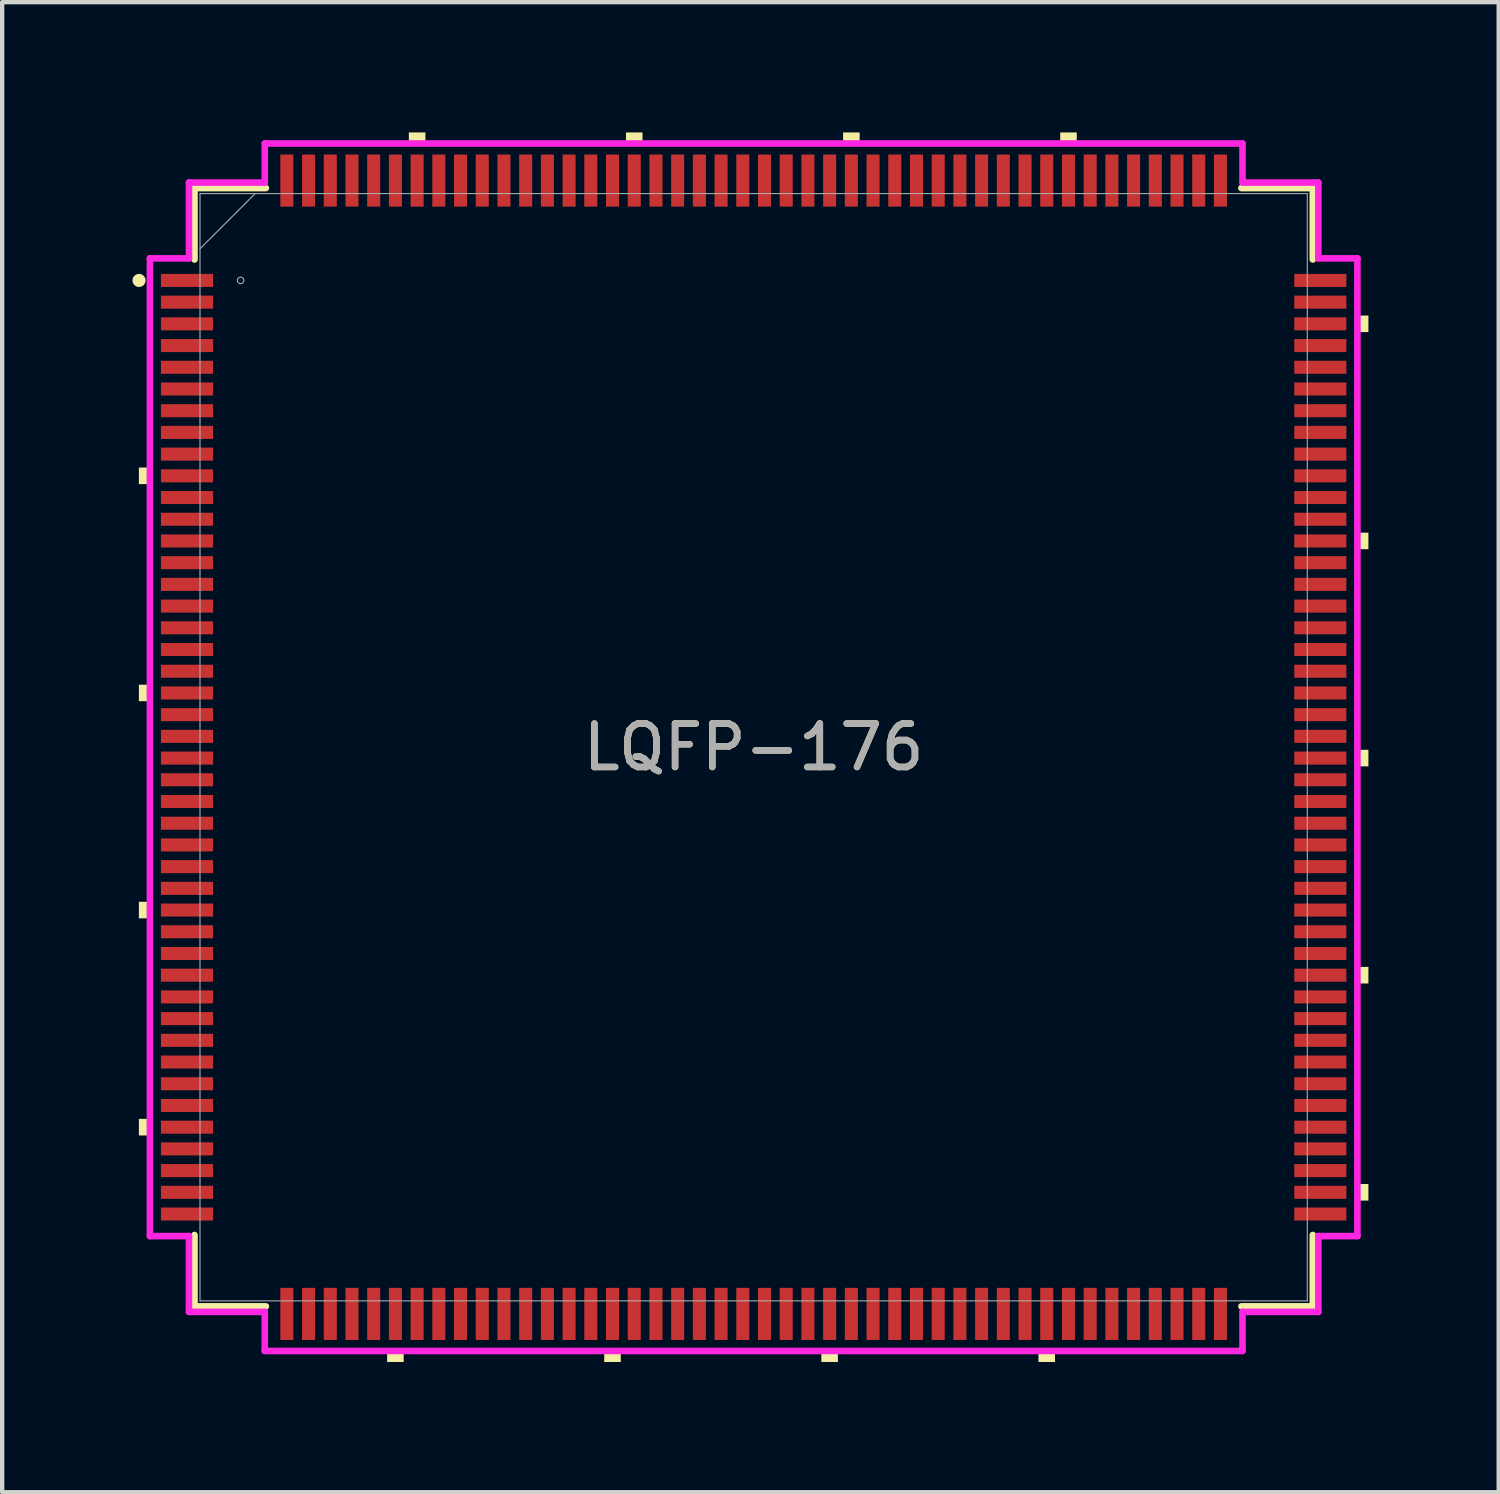
<source format=kicad_pcb>
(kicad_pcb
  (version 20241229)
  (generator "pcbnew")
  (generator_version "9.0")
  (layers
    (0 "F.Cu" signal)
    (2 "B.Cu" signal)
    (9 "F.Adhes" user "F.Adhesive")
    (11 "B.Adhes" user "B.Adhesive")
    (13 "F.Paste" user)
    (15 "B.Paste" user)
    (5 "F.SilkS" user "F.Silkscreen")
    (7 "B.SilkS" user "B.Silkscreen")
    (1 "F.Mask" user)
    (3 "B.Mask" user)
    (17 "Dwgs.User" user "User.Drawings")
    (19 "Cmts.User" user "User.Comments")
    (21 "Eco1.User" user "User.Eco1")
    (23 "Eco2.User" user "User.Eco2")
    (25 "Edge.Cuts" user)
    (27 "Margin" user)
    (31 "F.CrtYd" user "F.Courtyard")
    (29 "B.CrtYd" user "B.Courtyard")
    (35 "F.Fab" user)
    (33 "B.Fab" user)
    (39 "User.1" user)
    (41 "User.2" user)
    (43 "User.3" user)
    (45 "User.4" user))
  (footprint "LQFP-176"
    (layer "F.Cu")
    (at 14.306 14.158)
    (property "Reference" "LQFP-176" (at 0 0 0) (unlocked yes) (layer "F.SilkS") (effects (font (size 1 1) (thickness 0.15))))
    (attr smd)
    (fp_line (start -12.877 -12.877) (end -12.877 -11.233) (stroke (width 0.152) (type solid)) (layer "F.SilkS"))
    (fp_line (start -12.877 11.233) (end -12.877 12.877) (stroke (width 0.152) (type solid)) (layer "F.SilkS"))
    (fp_line (start -12.877 12.877) (end -11.233 12.877) (stroke (width 0.152) (type solid)) (layer "F.SilkS"))
    (fp_line (start -11.233 -12.877) (end -12.877 -12.877) (stroke (width 0.152) (type solid)) (layer "F.SilkS"))
    (fp_line (start 11.233 12.877) (end 12.877 12.877) (stroke (width 0.152) (type solid)) (layer "F.SilkS"))
    (fp_line (start 12.877 -12.877) (end 11.233 -12.877) (stroke (width 0.152) (type solid)) (layer "F.SilkS"))
    (fp_line (start 12.877 -11.233) (end 12.877 -12.877) (stroke (width 0.152) (type solid)) (layer "F.SilkS"))
    (fp_line (start 12.877 12.877) (end 12.877 11.233) (stroke (width 0.152) (type solid)) (layer "F.SilkS"))
    (fp_circle (center -14.154 -10.75) (end -14.078 -10.75) (stroke (width 0.152) (type solid)) (fill no) (layer "F.SilkS"))
    (fp_poly (pts (xy -14.158 -6.441) (xy -14.158 -6.059) (xy -13.904 -6.059) (xy -13.904 -6.441)) (stroke (width 0) (type solid)) (fill yes) (layer "F.SilkS"))
    (fp_poly (pts (xy -14.158 -1.44) (xy -14.158 -1.06) (xy -13.904 -1.06) (xy -13.904 -1.44)) (stroke (width 0) (type solid)) (fill yes) (layer "F.SilkS"))
    (fp_poly (pts (xy -14.158 3.559) (xy -14.158 3.941) (xy -13.904 3.941) (xy -13.904 3.559)) (stroke (width 0) (type solid)) (fill yes) (layer "F.SilkS"))
    (fp_poly (pts (xy -14.158 8.559) (xy -14.158 8.941) (xy -13.904 8.941) (xy -13.904 8.559)) (stroke (width 0) (type solid)) (fill yes) (layer "F.SilkS"))
    (fp_poly (pts (xy -8.441 13.904) (xy -8.441 14.158) (xy -8.06 14.158) (xy -8.06 13.904)) (stroke (width 0) (type solid)) (fill yes) (layer "F.SilkS"))
    (fp_poly (pts (xy -7.941 -13.904) (xy -7.941 -14.158) (xy -7.559 -14.158) (xy -7.559 -13.904)) (stroke (width 0) (type solid)) (fill yes) (layer "F.SilkS"))
    (fp_poly (pts (xy -3.441 13.904) (xy -3.441 14.158) (xy -3.06 14.158) (xy -3.06 13.904)) (stroke (width 0) (type solid)) (fill yes) (layer "F.SilkS"))
    (fp_poly (pts (xy -2.941 -13.904) (xy -2.941 -14.158) (xy -2.559 -14.158) (xy -2.559 -13.904)) (stroke (width 0) (type solid)) (fill yes) (layer "F.SilkS"))
    (fp_poly (pts (xy 1.559 13.904) (xy 1.559 14.158) (xy 1.94 14.158) (xy 1.94 13.904)) (stroke (width 0) (type solid)) (fill yes) (layer "F.SilkS"))
    (fp_poly (pts (xy 2.06 -13.904) (xy 2.06 -14.158) (xy 2.441 -14.158) (xy 2.441 -13.904)) (stroke (width 0) (type solid)) (fill yes) (layer "F.SilkS"))
    (fp_poly (pts (xy 6.559 13.904) (xy 6.559 14.158) (xy 6.94 14.158) (xy 6.94 13.904)) (stroke (width 0) (type solid)) (fill yes) (layer "F.SilkS"))
    (fp_poly (pts (xy 7.06 -13.904) (xy 7.06 -14.158) (xy 7.441 -14.158) (xy 7.441 -13.904)) (stroke (width 0) (type solid)) (fill yes) (layer "F.SilkS"))
    (fp_poly (pts (xy 14.158 -9.941) (xy 14.158 -9.56) (xy 13.904 -9.56) (xy 13.904 -9.941)) (stroke (width 0) (type solid)) (fill yes) (layer "F.SilkS"))
    (fp_poly (pts (xy 14.158 -4.941) (xy 14.158 -4.56) (xy 13.904 -4.56) (xy 13.904 -4.941)) (stroke (width 0) (type solid)) (fill yes) (layer "F.SilkS"))
    (fp_poly (pts (xy 14.158 0.059) (xy 14.158 0.441) (xy 13.904 0.441) (xy 13.904 0.059)) (stroke (width 0) (type solid)) (fill yes) (layer "F.SilkS"))
    (fp_poly (pts (xy 14.158 5.059) (xy 14.158 5.441) (xy 13.904 5.441) (xy 13.904 5.059)) (stroke (width 0) (type solid)) (fill yes) (layer "F.SilkS"))
    (fp_poly (pts (xy 14.158 10.059) (xy 14.158 10.441) (xy 13.904 10.441) (xy 13.904 10.059)) (stroke (width 0) (type solid)) (fill yes) (layer "F.SilkS"))
    (fp_line (start -13.904 -11.258) (end -13.004 -11.258) (stroke (width 0.152) (type solid)) (layer "F.CrtYd"))
    (fp_line (start -13.904 11.258) (end -13.904 -11.258) (stroke (width 0.152) (type solid)) (layer "F.CrtYd"))
    (fp_line (start -13.004 -13.004) (end -11.258 -13.004) (stroke (width 0.152) (type solid)) (layer "F.CrtYd"))
    (fp_line (start -13.004 -11.258) (end -13.004 -13.004) (stroke (width 0.152) (type solid)) (layer "F.CrtYd"))
    (fp_line (start -13.004 11.258) (end -13.904 11.258) (stroke (width 0.152) (type solid)) (layer "F.CrtYd"))
    (fp_line (start -13.004 13.004) (end -13.004 11.258) (stroke (width 0.152) (type solid)) (layer "F.CrtYd"))
    (fp_line (start -11.258 -13.904) (end 11.258 -13.904) (stroke (width 0.152) (type solid)) (layer "F.CrtYd"))
    (fp_line (start -11.258 -13.004) (end -11.258 -13.904) (stroke (width 0.152) (type solid)) (layer "F.CrtYd"))
    (fp_line (start -11.258 13.004) (end -13.004 13.004) (stroke (width 0.152) (type solid)) (layer "F.CrtYd"))
    (fp_line (start -11.258 13.904) (end -11.258 13.004) (stroke (width 0.152) (type solid)) (layer "F.CrtYd"))
    (fp_line (start 11.258 -13.904) (end 11.258 -13.004) (stroke (width 0.152) (type solid)) (layer "F.CrtYd"))
    (fp_line (start 11.258 -13.004) (end 13.004 -13.004) (stroke (width 0.152) (type solid)) (layer "F.CrtYd"))
    (fp_line (start 11.258 13.004) (end 11.258 13.904) (stroke (width 0.152) (type solid)) (layer "F.CrtYd"))
    (fp_line (start 11.258 13.904) (end -11.258 13.904) (stroke (width 0.152) (type solid)) (layer "F.CrtYd"))
    (fp_line (start 13.004 -13.004) (end 13.004 -11.258) (stroke (width 0.152) (type solid)) (layer "F.CrtYd"))
    (fp_line (start 13.004 -11.258) (end 13.904 -11.258) (stroke (width 0.152) (type solid)) (layer "F.CrtYd"))
    (fp_line (start 13.004 11.258) (end 13.004 13.004) (stroke (width 0.152) (type solid)) (layer "F.CrtYd"))
    (fp_line (start 13.004 13.004) (end 11.258 13.004) (stroke (width 0.152) (type solid)) (layer "F.CrtYd"))
    (fp_line (start 13.904 -11.258) (end 13.904 11.258) (stroke (width 0.152) (type solid)) (layer "F.CrtYd"))
    (fp_line (start 13.904 11.258) (end 13.004 11.258) (stroke (width 0.152) (type solid)) (layer "F.CrtYd"))
    (fp_line (start -12.75 -12.75) (end -12.75 12.75) (stroke (width 0.025) (type solid)) (layer "F.Fab"))
    (fp_line (start -12.75 -11.48) (end -11.48 -12.75) (stroke (width 0.025) (type solid)) (layer "F.Fab"))
    (fp_line (start -12.75 12.75) (end 12.75 12.75) (stroke (width 0.025) (type solid)) (layer "F.Fab"))
    (fp_line (start 12.75 -12.75) (end -12.75 -12.75) (stroke (width 0.025) (type solid)) (layer "F.Fab"))
    (fp_line (start 12.75 12.75) (end 12.75 -12.75) (stroke (width 0.025) (type solid)) (layer "F.Fab"))
    (fp_circle (center -11.815 -10.75) (end -11.739 -10.75) (stroke (width 0.025) (type solid)) (fill no) (layer "F.Fab"))
    (fp_text user "${REFERENCE}" (at 0 0 0) (unlocked yes) (layer "F.Fab") (effects (font (size 1 1) (thickness 0.15))))
    (pad "1" smd rect (at -13.05 -10.75) (size 1.2 0.3) (layers "F.Cu" "F.Mask" "F.Paste"))
    (pad "2" smd rect (at -13.05 -10.25) (size 1.2 0.3) (layers "F.Cu" "F.Mask" "F.Paste"))
    (pad "3" smd rect (at -13.05 -9.75) (size 1.2 0.3) (layers "F.Cu" "F.Mask" "F.Paste"))
    (pad "4" smd rect (at -13.05 -9.25) (size 1.2 0.3) (layers "F.Cu" "F.Mask" "F.Paste"))
    (pad "5" smd rect (at -13.05 -8.75) (size 1.2 0.3) (layers "F.Cu" "F.Mask" "F.Paste"))
    (pad "6" smd rect (at -13.05 -8.25) (size 1.2 0.3) (layers "F.Cu" "F.Mask" "F.Paste"))
    (pad "7" smd rect (at -13.05 -7.75) (size 1.2 0.3) (layers "F.Cu" "F.Mask" "F.Paste"))
    (pad "8" smd rect (at -13.05 -7.25) (size 1.2 0.3) (layers "F.Cu" "F.Mask" "F.Paste"))
    (pad "9" smd rect (at -13.05 -6.75) (size 1.2 0.3) (layers "F.Cu" "F.Mask" "F.Paste"))
    (pad "10" smd rect (at -13.05 -6.25) (size 1.2 0.3) (layers "F.Cu" "F.Mask" "F.Paste"))
    (pad "11" smd rect (at -13.05 -5.75) (size 1.2 0.3) (layers "F.Cu" "F.Mask" "F.Paste"))
    (pad "12" smd rect (at -13.05 -5.25) (size 1.2 0.3) (layers "F.Cu" "F.Mask" "F.Paste"))
    (pad "13" smd rect (at -13.05 -4.75) (size 1.2 0.3) (layers "F.Cu" "F.Mask" "F.Paste"))
    (pad "14" smd rect (at -13.05 -4.25) (size 1.2 0.3) (layers "F.Cu" "F.Mask" "F.Paste"))
    (pad "15" smd rect (at -13.05 -3.75) (size 1.2 0.3) (layers "F.Cu" "F.Mask" "F.Paste"))
    (pad "16" smd rect (at -13.05 -3.25) (size 1.2 0.3) (layers "F.Cu" "F.Mask" "F.Paste"))
    (pad "17" smd rect (at -13.05 -2.75) (size 1.2 0.3) (layers "F.Cu" "F.Mask" "F.Paste"))
    (pad "18" smd rect (at -13.05 -2.25) (size 1.2 0.3) (layers "F.Cu" "F.Mask" "F.Paste"))
    (pad "19" smd rect (at -13.05 -1.75) (size 1.2 0.3) (layers "F.Cu" "F.Mask" "F.Paste"))
    (pad "20" smd rect (at -13.05 -1.25) (size 1.2 0.3) (layers "F.Cu" "F.Mask" "F.Paste"))
    (pad "21" smd rect (at -13.05 -0.75) (size 1.2 0.3) (layers "F.Cu" "F.Mask" "F.Paste"))
    (pad "22" smd rect (at -13.05 -0.25) (size 1.2 0.3) (layers "F.Cu" "F.Mask" "F.Paste"))
    (pad "23" smd rect (at -13.05 0.25) (size 1.2 0.3) (layers "F.Cu" "F.Mask" "F.Paste"))
    (pad "24" smd rect (at -13.05 0.75) (size 1.2 0.3) (layers "F.Cu" "F.Mask" "F.Paste"))
    (pad "25" smd rect (at -13.05 1.25) (size 1.2 0.3) (layers "F.Cu" "F.Mask" "F.Paste"))
    (pad "26" smd rect (at -13.05 1.75) (size 1.2 0.3) (layers "F.Cu" "F.Mask" "F.Paste"))
    (pad "27" smd rect (at -13.05 2.25) (size 1.2 0.3) (layers "F.Cu" "F.Mask" "F.Paste"))
    (pad "28" smd rect (at -13.05 2.75) (size 1.2 0.3) (layers "F.Cu" "F.Mask" "F.Paste"))
    (pad "29" smd rect (at -13.05 3.25) (size 1.2 0.3) (layers "F.Cu" "F.Mask" "F.Paste"))
    (pad "30" smd rect (at -13.05 3.75) (size 1.2 0.3) (layers "F.Cu" "F.Mask" "F.Paste"))
    (pad "31" smd rect (at -13.05 4.25) (size 1.2 0.3) (layers "F.Cu" "F.Mask" "F.Paste"))
    (pad "32" smd rect (at -13.05 4.75) (size 1.2 0.3) (layers "F.Cu" "F.Mask" "F.Paste"))
    (pad "33" smd rect (at -13.05 5.25) (size 1.2 0.3) (layers "F.Cu" "F.Mask" "F.Paste"))
    (pad "34" smd rect (at -13.05 5.75) (size 1.2 0.3) (layers "F.Cu" "F.Mask" "F.Paste"))
    (pad "35" smd rect (at -13.05 6.25) (size 1.2 0.3) (layers "F.Cu" "F.Mask" "F.Paste"))
    (pad "36" smd rect (at -13.05 6.75) (size 1.2 0.3) (layers "F.Cu" "F.Mask" "F.Paste"))
    (pad "37" smd rect (at -13.05 7.25) (size 1.2 0.3) (layers "F.Cu" "F.Mask" "F.Paste"))
    (pad "38" smd rect (at -13.05 7.75) (size 1.2 0.3) (layers "F.Cu" "F.Mask" "F.Paste"))
    (pad "39" smd rect (at -13.05 8.25) (size 1.2 0.3) (layers "F.Cu" "F.Mask" "F.Paste"))
    (pad "40" smd rect (at -13.05 8.75) (size 1.2 0.3) (layers "F.Cu" "F.Mask" "F.Paste"))
    (pad "41" smd rect (at -13.05 9.25) (size 1.2 0.3) (layers "F.Cu" "F.Mask" "F.Paste"))
    (pad "42" smd rect (at -13.05 9.75) (size 1.2 0.3) (layers "F.Cu" "F.Mask" "F.Paste"))
    (pad "43" smd rect (at -13.05 10.25) (size 1.2 0.3) (layers "F.Cu" "F.Mask" "F.Paste"))
    (pad "44" smd rect (at -13.05 10.75) (size 1.2 0.3) (layers "F.Cu" "F.Mask" "F.Paste"))
    (pad "45" smd rect (at -10.75 13.05 90) (size 1.2 0.3) (layers "F.Cu" "F.Mask" "F.Paste"))
    (pad "46" smd rect (at -10.25 13.05 90) (size 1.2 0.3) (layers "F.Cu" "F.Mask" "F.Paste"))
    (pad "47" smd rect (at -9.75 13.05 90) (size 1.2 0.3) (layers "F.Cu" "F.Mask" "F.Paste"))
    (pad "48" smd rect (at -9.25 13.05 90) (size 1.2 0.3) (layers "F.Cu" "F.Mask" "F.Paste"))
    (pad "49" smd rect (at -8.75 13.05 90) (size 1.2 0.3) (layers "F.Cu" "F.Mask" "F.Paste"))
    (pad "50" smd rect (at -8.25 13.05 90) (size 1.2 0.3) (layers "F.Cu" "F.Mask" "F.Paste"))
    (pad "51" smd rect (at -7.75 13.05 90) (size 1.2 0.3) (layers "F.Cu" "F.Mask" "F.Paste"))
    (pad "52" smd rect (at -7.25 13.05 90) (size 1.2 0.3) (layers "F.Cu" "F.Mask" "F.Paste"))
    (pad "53" smd rect (at -6.75 13.05 90) (size 1.2 0.3) (layers "F.Cu" "F.Mask" "F.Paste"))
    (pad "54" smd rect (at -6.25 13.05 90) (size 1.2 0.3) (layers "F.Cu" "F.Mask" "F.Paste"))
    (pad "55" smd rect (at -5.75 13.05 90) (size 1.2 0.3) (layers "F.Cu" "F.Mask" "F.Paste"))
    (pad "56" smd rect (at -5.25 13.05 90) (size 1.2 0.3) (layers "F.Cu" "F.Mask" "F.Paste"))
    (pad "57" smd rect (at -4.75 13.05 90) (size 1.2 0.3) (layers "F.Cu" "F.Mask" "F.Paste"))
    (pad "58" smd rect (at -4.25 13.05 90) (size 1.2 0.3) (layers "F.Cu" "F.Mask" "F.Paste"))
    (pad "59" smd rect (at -3.75 13.05 90) (size 1.2 0.3) (layers "F.Cu" "F.Mask" "F.Paste"))
    (pad "60" smd rect (at -3.25 13.05 90) (size 1.2 0.3) (layers "F.Cu" "F.Mask" "F.Paste"))
    (pad "61" smd rect (at -2.75 13.05 90) (size 1.2 0.3) (layers "F.Cu" "F.Mask" "F.Paste"))
    (pad "62" smd rect (at -2.25 13.05 90) (size 1.2 0.3) (layers "F.Cu" "F.Mask" "F.Paste"))
    (pad "63" smd rect (at -1.75 13.05 90) (size 1.2 0.3) (layers "F.Cu" "F.Mask" "F.Paste"))
    (pad "64" smd rect (at -1.25 13.05 90) (size 1.2 0.3) (layers "F.Cu" "F.Mask" "F.Paste"))
    (pad "65" smd rect (at -0.75 13.05 90) (size 1.2 0.3) (layers "F.Cu" "F.Mask" "F.Paste"))
    (pad "66" smd rect (at -0.25 13.05 90) (size 1.2 0.3) (layers "F.Cu" "F.Mask" "F.Paste"))
    (pad "67" smd rect (at 0.25 13.05 90) (size 1.2 0.3) (layers "F.Cu" "F.Mask" "F.Paste"))
    (pad "68" smd rect (at 0.75 13.05 90) (size 1.2 0.3) (layers "F.Cu" "F.Mask" "F.Paste"))
    (pad "69" smd rect (at 1.25 13.05 90) (size 1.2 0.3) (layers "F.Cu" "F.Mask" "F.Paste"))
    (pad "70" smd rect (at 1.75 13.05 90) (size 1.2 0.3) (layers "F.Cu" "F.Mask" "F.Paste"))
    (pad "71" smd rect (at 2.25 13.05 90) (size 1.2 0.3) (layers "F.Cu" "F.Mask" "F.Paste"))
    (pad "72" smd rect (at 2.75 13.05 90) (size 1.2 0.3) (layers "F.Cu" "F.Mask" "F.Paste"))
    (pad "73" smd rect (at 3.25 13.05 90) (size 1.2 0.3) (layers "F.Cu" "F.Mask" "F.Paste"))
    (pad "74" smd rect (at 3.75 13.05 90) (size 1.2 0.3) (layers "F.Cu" "F.Mask" "F.Paste"))
    (pad "75" smd rect (at 4.25 13.05 90) (size 1.2 0.3) (layers "F.Cu" "F.Mask" "F.Paste"))
    (pad "76" smd rect (at 4.75 13.05 90) (size 1.2 0.3) (layers "F.Cu" "F.Mask" "F.Paste"))
    (pad "77" smd rect (at 5.25 13.05 90) (size 1.2 0.3) (layers "F.Cu" "F.Mask" "F.Paste"))
    (pad "78" smd rect (at 5.75 13.05 90) (size 1.2 0.3) (layers "F.Cu" "F.Mask" "F.Paste"))
    (pad "79" smd rect (at 6.25 13.05 90) (size 1.2 0.3) (layers "F.Cu" "F.Mask" "F.Paste"))
    (pad "80" smd rect (at 6.75 13.05 90) (size 1.2 0.3) (layers "F.Cu" "F.Mask" "F.Paste"))
    (pad "81" smd rect (at 7.25 13.05 90) (size 1.2 0.3) (layers "F.Cu" "F.Mask" "F.Paste"))
    (pad "82" smd rect (at 7.75 13.05 90) (size 1.2 0.3) (layers "F.Cu" "F.Mask" "F.Paste"))
    (pad "83" smd rect (at 8.25 13.05 90) (size 1.2 0.3) (layers "F.Cu" "F.Mask" "F.Paste"))
    (pad "84" smd rect (at 8.75 13.05 90) (size 1.2 0.3) (layers "F.Cu" "F.Mask" "F.Paste"))
    (pad "85" smd rect (at 9.25 13.05 90) (size 1.2 0.3) (layers "F.Cu" "F.Mask" "F.Paste"))
    (pad "86" smd rect (at 9.75 13.05 90) (size 1.2 0.3) (layers "F.Cu" "F.Mask" "F.Paste"))
    (pad "87" smd rect (at 10.25 13.05 90) (size 1.2 0.3) (layers "F.Cu" "F.Mask" "F.Paste"))
    (pad "88" smd rect (at 10.75 13.05 90) (size 1.2 0.3) (layers "F.Cu" "F.Mask" "F.Paste"))
    (pad "89" smd rect (at 13.05 10.75) (size 1.2 0.3) (layers "F.Cu" "F.Mask" "F.Paste"))
    (pad "90" smd rect (at 13.05 10.25) (size 1.2 0.3) (layers "F.Cu" "F.Mask" "F.Paste"))
    (pad "91" smd rect (at 13.05 9.75) (size 1.2 0.3) (layers "F.Cu" "F.Mask" "F.Paste"))
    (pad "92" smd rect (at 13.05 9.25) (size 1.2 0.3) (layers "F.Cu" "F.Mask" "F.Paste"))
    (pad "93" smd rect (at 13.05 8.75) (size 1.2 0.3) (layers "F.Cu" "F.Mask" "F.Paste"))
    (pad "94" smd rect (at 13.05 8.25) (size 1.2 0.3) (layers "F.Cu" "F.Mask" "F.Paste"))
    (pad "95" smd rect (at 13.05 7.75) (size 1.2 0.3) (layers "F.Cu" "F.Mask" "F.Paste"))
    (pad "96" smd rect (at 13.05 7.25) (size 1.2 0.3) (layers "F.Cu" "F.Mask" "F.Paste"))
    (pad "97" smd rect (at 13.05 6.75) (size 1.2 0.3) (layers "F.Cu" "F.Mask" "F.Paste"))
    (pad "98" smd rect (at 13.05 6.25) (size 1.2 0.3) (layers "F.Cu" "F.Mask" "F.Paste"))
    (pad "99" smd rect (at 13.05 5.75) (size 1.2 0.3) (layers "F.Cu" "F.Mask" "F.Paste"))
    (pad "100" smd rect (at 13.05 5.25) (size 1.2 0.3) (layers "F.Cu" "F.Mask" "F.Paste"))
    (pad "101" smd rect (at 13.05 4.75) (size 1.2 0.3) (layers "F.Cu" "F.Mask" "F.Paste"))
    (pad "102" smd rect (at 13.05 4.25) (size 1.2 0.3) (layers "F.Cu" "F.Mask" "F.Paste"))
    (pad "103" smd rect (at 13.05 3.75) (size 1.2 0.3) (layers "F.Cu" "F.Mask" "F.Paste"))
    (pad "104" smd rect (at 13.05 3.25) (size 1.2 0.3) (layers "F.Cu" "F.Mask" "F.Paste"))
    (pad "105" smd rect (at 13.05 2.75) (size 1.2 0.3) (layers "F.Cu" "F.Mask" "F.Paste"))
    (pad "106" smd rect (at 13.05 2.25) (size 1.2 0.3) (layers "F.Cu" "F.Mask" "F.Paste"))
    (pad "107" smd rect (at 13.05 1.75) (size 1.2 0.3) (layers "F.Cu" "F.Mask" "F.Paste"))
    (pad "108" smd rect (at 13.05 1.25) (size 1.2 0.3) (layers "F.Cu" "F.Mask" "F.Paste"))
    (pad "109" smd rect (at 13.05 0.75) (size 1.2 0.3) (layers "F.Cu" "F.Mask" "F.Paste"))
    (pad "110" smd rect (at 13.05 0.25) (size 1.2 0.3) (layers "F.Cu" "F.Mask" "F.Paste"))
    (pad "111" smd rect (at 13.05 -0.25) (size 1.2 0.3) (layers "F.Cu" "F.Mask" "F.Paste"))
    (pad "112" smd rect (at 13.05 -0.75) (size 1.2 0.3) (layers "F.Cu" "F.Mask" "F.Paste"))
    (pad "113" smd rect (at 13.05 -1.25) (size 1.2 0.3) (layers "F.Cu" "F.Mask" "F.Paste"))
    (pad "114" smd rect (at 13.05 -1.75) (size 1.2 0.3) (layers "F.Cu" "F.Mask" "F.Paste"))
    (pad "115" smd rect (at 13.05 -2.25) (size 1.2 0.3) (layers "F.Cu" "F.Mask" "F.Paste"))
    (pad "116" smd rect (at 13.05 -2.75) (size 1.2 0.3) (layers "F.Cu" "F.Mask" "F.Paste"))
    (pad "117" smd rect (at 13.05 -3.25) (size 1.2 0.3) (layers "F.Cu" "F.Mask" "F.Paste"))
    (pad "118" smd rect (at 13.05 -3.75) (size 1.2 0.3) (layers "F.Cu" "F.Mask" "F.Paste"))
    (pad "119" smd rect (at 13.05 -4.25) (size 1.2 0.3) (layers "F.Cu" "F.Mask" "F.Paste"))
    (pad "120" smd rect (at 13.05 -4.75) (size 1.2 0.3) (layers "F.Cu" "F.Mask" "F.Paste"))
    (pad "121" smd rect (at 13.05 -5.25) (size 1.2 0.3) (layers "F.Cu" "F.Mask" "F.Paste"))
    (pad "122" smd rect (at 13.05 -5.75) (size 1.2 0.3) (layers "F.Cu" "F.Mask" "F.Paste"))
    (pad "123" smd rect (at 13.05 -6.25) (size 1.2 0.3) (layers "F.Cu" "F.Mask" "F.Paste"))
    (pad "124" smd rect (at 13.05 -6.75) (size 1.2 0.3) (layers "F.Cu" "F.Mask" "F.Paste"))
    (pad "125" smd rect (at 13.05 -7.25) (size 1.2 0.3) (layers "F.Cu" "F.Mask" "F.Paste"))
    (pad "126" smd rect (at 13.05 -7.75) (size 1.2 0.3) (layers "F.Cu" "F.Mask" "F.Paste"))
    (pad "127" smd rect (at 13.05 -8.25) (size 1.2 0.3) (layers "F.Cu" "F.Mask" "F.Paste"))
    (pad "128" smd rect (at 13.05 -8.75) (size 1.2 0.3) (layers "F.Cu" "F.Mask" "F.Paste"))
    (pad "129" smd rect (at 13.05 -9.25) (size 1.2 0.3) (layers "F.Cu" "F.Mask" "F.Paste"))
    (pad "130" smd rect (at 13.05 -9.75) (size 1.2 0.3) (layers "F.Cu" "F.Mask" "F.Paste"))
    (pad "131" smd rect (at 13.05 -10.25) (size 1.2 0.3) (layers "F.Cu" "F.Mask" "F.Paste"))
    (pad "132" smd rect (at 13.05 -10.75) (size 1.2 0.3) (layers "F.Cu" "F.Mask" "F.Paste"))
    (pad "133" smd rect (at 10.75 -13.05 90) (size 1.2 0.3) (layers "F.Cu" "F.Mask" "F.Paste"))
    (pad "134" smd rect (at 10.25 -13.05 90) (size 1.2 0.3) (layers "F.Cu" "F.Mask" "F.Paste"))
    (pad "135" smd rect (at 9.75 -13.05 90) (size 1.2 0.3) (layers "F.Cu" "F.Mask" "F.Paste"))
    (pad "136" smd rect (at 9.25 -13.05 90) (size 1.2 0.3) (layers "F.Cu" "F.Mask" "F.Paste"))
    (pad "137" smd rect (at 8.75 -13.05 90) (size 1.2 0.3) (layers "F.Cu" "F.Mask" "F.Paste"))
    (pad "138" smd rect (at 8.25 -13.05 90) (size 1.2 0.3) (layers "F.Cu" "F.Mask" "F.Paste"))
    (pad "139" smd rect (at 7.75 -13.05 90) (size 1.2 0.3) (layers "F.Cu" "F.Mask" "F.Paste"))
    (pad "140" smd rect (at 7.25 -13.05 90) (size 1.2 0.3) (layers "F.Cu" "F.Mask" "F.Paste"))
    (pad "141" smd rect (at 6.75 -13.05 90) (size 1.2 0.3) (layers "F.Cu" "F.Mask" "F.Paste"))
    (pad "142" smd rect (at 6.25 -13.05 90) (size 1.2 0.3) (layers "F.Cu" "F.Mask" "F.Paste"))
    (pad "143" smd rect (at 5.75 -13.05 90) (size 1.2 0.3) (layers "F.Cu" "F.Mask" "F.Paste"))
    (pad "144" smd rect (at 5.25 -13.05 90) (size 1.2 0.3) (layers "F.Cu" "F.Mask" "F.Paste"))
    (pad "145" smd rect (at 4.75 -13.05 90) (size 1.2 0.3) (layers "F.Cu" "F.Mask" "F.Paste"))
    (pad "146" smd rect (at 4.25 -13.05 90) (size 1.2 0.3) (layers "F.Cu" "F.Mask" "F.Paste"))
    (pad "147" smd rect (at 3.75 -13.05 90) (size 1.2 0.3) (layers "F.Cu" "F.Mask" "F.Paste"))
    (pad "148" smd rect (at 3.25 -13.05 90) (size 1.2 0.3) (layers "F.Cu" "F.Mask" "F.Paste"))
    (pad "149" smd rect (at 2.75 -13.05 90) (size 1.2 0.3) (layers "F.Cu" "F.Mask" "F.Paste"))
    (pad "150" smd rect (at 2.25 -13.05 90) (size 1.2 0.3) (layers "F.Cu" "F.Mask" "F.Paste"))
    (pad "151" smd rect (at 1.75 -13.05 90) (size 1.2 0.3) (layers "F.Cu" "F.Mask" "F.Paste"))
    (pad "152" smd rect (at 1.25 -13.05 90) (size 1.2 0.3) (layers "F.Cu" "F.Mask" "F.Paste"))
    (pad "153" smd rect (at 0.75 -13.05 90) (size 1.2 0.3) (layers "F.Cu" "F.Mask" "F.Paste"))
    (pad "154" smd rect (at 0.25 -13.05 90) (size 1.2 0.3) (layers "F.Cu" "F.Mask" "F.Paste"))
    (pad "155" smd rect (at -0.25 -13.05 90) (size 1.2 0.3) (layers "F.Cu" "F.Mask" "F.Paste"))
    (pad "156" smd rect (at -0.75 -13.05 90) (size 1.2 0.3) (layers "F.Cu" "F.Mask" "F.Paste"))
    (pad "157" smd rect (at -1.25 -13.05 90) (size 1.2 0.3) (layers "F.Cu" "F.Mask" "F.Paste"))
    (pad "158" smd rect (at -1.75 -13.05 90) (size 1.2 0.3) (layers "F.Cu" "F.Mask" "F.Paste"))
    (pad "159" smd rect (at -2.25 -13.05 90) (size 1.2 0.3) (layers "F.Cu" "F.Mask" "F.Paste"))
    (pad "160" smd rect (at -2.75 -13.05 90) (size 1.2 0.3) (layers "F.Cu" "F.Mask" "F.Paste"))
    (pad "161" smd rect (at -3.25 -13.05 90) (size 1.2 0.3) (layers "F.Cu" "F.Mask" "F.Paste"))
    (pad "162" smd rect (at -3.75 -13.05 90) (size 1.2 0.3) (layers "F.Cu" "F.Mask" "F.Paste"))
    (pad "163" smd rect (at -4.25 -13.05 90) (size 1.2 0.3) (layers "F.Cu" "F.Mask" "F.Paste"))
    (pad "164" smd rect (at -4.75 -13.05 90) (size 1.2 0.3) (layers "F.Cu" "F.Mask" "F.Paste"))
    (pad "165" smd rect (at -5.25 -13.05 90) (size 1.2 0.3) (layers "F.Cu" "F.Mask" "F.Paste"))
    (pad "166" smd rect (at -5.75 -13.05 90) (size 1.2 0.3) (layers "F.Cu" "F.Mask" "F.Paste"))
    (pad "167" smd rect (at -6.25 -13.05 90) (size 1.2 0.3) (layers "F.Cu" "F.Mask" "F.Paste"))
    (pad "168" smd rect (at -6.75 -13.05 90) (size 1.2 0.3) (layers "F.Cu" "F.Mask" "F.Paste"))
    (pad "169" smd rect (at -7.25 -13.05 90) (size 1.2 0.3) (layers "F.Cu" "F.Mask" "F.Paste"))
    (pad "170" smd rect (at -7.75 -13.05 90) (size 1.2 0.3) (layers "F.Cu" "F.Mask" "F.Paste"))
    (pad "171" smd rect (at -8.25 -13.05 90) (size 1.2 0.3) (layers "F.Cu" "F.Mask" "F.Paste"))
    (pad "172" smd rect (at -8.75 -13.05 90) (size 1.2 0.3) (layers "F.Cu" "F.Mask" "F.Paste"))
    (pad "173" smd rect (at -9.25 -13.05 90) (size 1.2 0.3) (layers "F.Cu" "F.Mask" "F.Paste"))
    (pad "174" smd rect (at -9.75 -13.05 90) (size 1.2 0.3) (layers "F.Cu" "F.Mask" "F.Paste"))
    (pad "175" smd rect (at -10.25 -13.05 90) (size 1.2 0.3) (layers "F.Cu" "F.Mask" "F.Paste"))
    (pad "176" smd rect (at -10.75 -13.05 90) (size 1.2 0.3) (layers "F.Cu" "F.Mask" "F.Paste")))
  (gr_rect
    (start -3 -3)
    (end 31.464 31.316)
    (stroke (width 0.1) (type default))
    (fill no)
    (layer "Edge.Cuts")))
</source>
